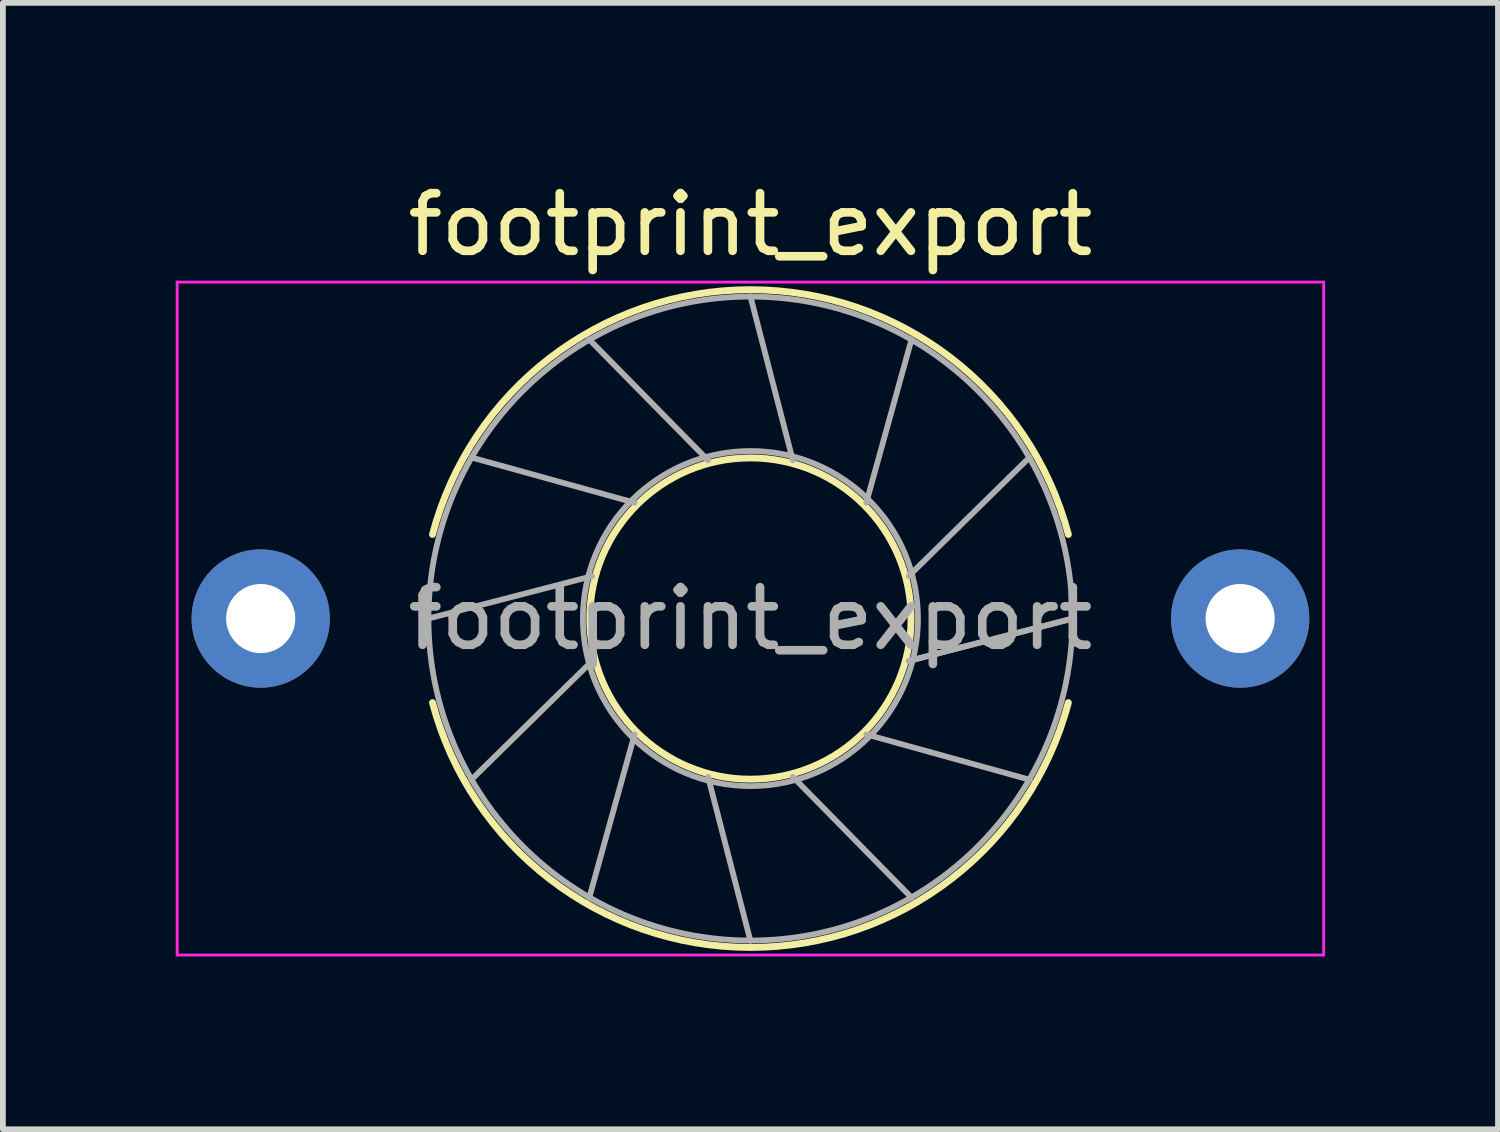
<source format=kicad_pcb>
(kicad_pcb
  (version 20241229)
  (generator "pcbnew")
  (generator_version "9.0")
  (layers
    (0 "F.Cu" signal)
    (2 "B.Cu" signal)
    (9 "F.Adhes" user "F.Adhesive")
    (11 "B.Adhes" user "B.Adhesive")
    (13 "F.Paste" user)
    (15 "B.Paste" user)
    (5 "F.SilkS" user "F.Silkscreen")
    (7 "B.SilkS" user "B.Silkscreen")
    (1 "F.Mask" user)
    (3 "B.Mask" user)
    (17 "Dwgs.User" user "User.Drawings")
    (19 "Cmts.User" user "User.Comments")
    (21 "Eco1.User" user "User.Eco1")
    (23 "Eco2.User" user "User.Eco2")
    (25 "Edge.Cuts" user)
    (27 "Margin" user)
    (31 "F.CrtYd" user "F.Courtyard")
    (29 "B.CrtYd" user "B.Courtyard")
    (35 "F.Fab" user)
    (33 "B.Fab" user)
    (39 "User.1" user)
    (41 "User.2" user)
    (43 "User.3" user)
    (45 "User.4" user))
  (footprint "footprint_export"
    (layer "F.Cu")
    (at 1.475 7.686)
    (property "Reference" "footprint_export" (at 8.5 -6.838 0) (layer "F.SilkS") (effects (font (size 1 1) (thickness 0.15))))
    (attr through_hole)
    (fp_arc (start 2.981879 -1.46) (mid 8.5 -5.708) (end 14.018121 -1.46) (stroke (width 0.12) (type solid)) (layer "F.SilkS"))
    (fp_arc (start 14.018121 1.46) (mid 8.5 5.708) (end 2.981879 1.46) (stroke (width 0.12) (type solid)) (layer "F.SilkS"))
    (fp_circle (center 8.5 0) (end 11.288 0) (stroke (width 0.12) (type solid)) (fill no) (layer "F.SilkS"))
    (fp_line (start -1.45 -5.84) (end -1.45 5.84) (stroke (width 0.05) (type solid)) (layer "F.CrtYd"))
    (fp_line (start -1.45 5.84) (end 18.45 5.84) (stroke (width 0.05) (type solid)) (layer "F.CrtYd"))
    (fp_line (start 18.45 -5.84) (end -1.45 -5.84) (stroke (width 0.05) (type solid)) (layer "F.CrtYd"))
    (fp_line (start 18.45 5.84) (end 18.45 -5.84) (stroke (width 0.05) (type solid)) (layer "F.CrtYd"))
    (fp_line (start 2.906 0.001) (end 5.753 -0.736) (stroke (width 0.1) (type solid)) (layer "F.Fab"))
    (fp_line (start 3.655 -2.796) (end 6.489 -2.011) (stroke (width 0.1) (type solid)) (layer "F.Fab"))
    (fp_line (start 3.656 2.797) (end 5.753 0.736) (stroke (width 0.1) (type solid)) (layer "F.Fab"))
    (fp_line (start 5.702 -4.844) (end 7.764 -2.747) (stroke (width 0.1) (type solid)) (layer "F.Fab"))
    (fp_line (start 5.703 4.845) (end 6.489 2.011) (stroke (width 0.1) (type solid)) (layer "F.Fab"))
    (fp_line (start 8.499 -5.594) (end 9.236 -2.747) (stroke (width 0.1) (type solid)) (layer "F.Fab"))
    (fp_line (start 8.5 5.594) (end 7.764 2.747) (stroke (width 0.1) (type solid)) (layer "F.Fab"))
    (fp_line (start 11.296 -4.845) (end 10.511 -2.011) (stroke (width 0.1) (type solid)) (layer "F.Fab"))
    (fp_line (start 11.297 4.844) (end 9.236 2.747) (stroke (width 0.1) (type solid)) (layer "F.Fab"))
    (fp_line (start 13.344 -2.798) (end 11.247 -0.737) (stroke (width 0.1) (type solid)) (layer "F.Fab"))
    (fp_line (start 13.344 2.797) (end 10.511 2.011) (stroke (width 0.1) (type solid)) (layer "F.Fab"))
    (fp_line (start 14.094 -0.001) (end 11.247 0.736) (stroke (width 0.1) (type solid)) (layer "F.Fab"))
    (fp_line (start 14.094 0) (end 11.247 0.736) (stroke (width 0.1) (type solid)) (layer "F.Fab"))
    (fp_circle (center 8.5 0) (end 11.408 0) (stroke (width 0.1) (type solid)) (fill no) (layer "F.Fab"))
    (fp_circle (center 8.5 0) (end 14.088 0) (stroke (width 0.1) (type solid)) (fill no) (layer "F.Fab"))
    (fp_text user "${REFERENCE}" (at 8.5 0 0) (layer "F.Fab") (effects (font (size 1 1) (thickness 0.15))))
    (pad "1" thru_hole circle (at 0 0) (size 2.4 2.4) (drill 1.2) (layers "*.Cu" "*.Mask"))
    (pad "2" thru_hole circle (at 17 0) (size 2.4 2.4) (drill 1.2) (layers "*.Cu" "*.Mask")))
  (gr_rect
    (start -3 -3)
    (end 22.95 16.551)
    (stroke (width 0.1) (type default))
    (fill no)
    (layer "Edge.Cuts")))
</source>
